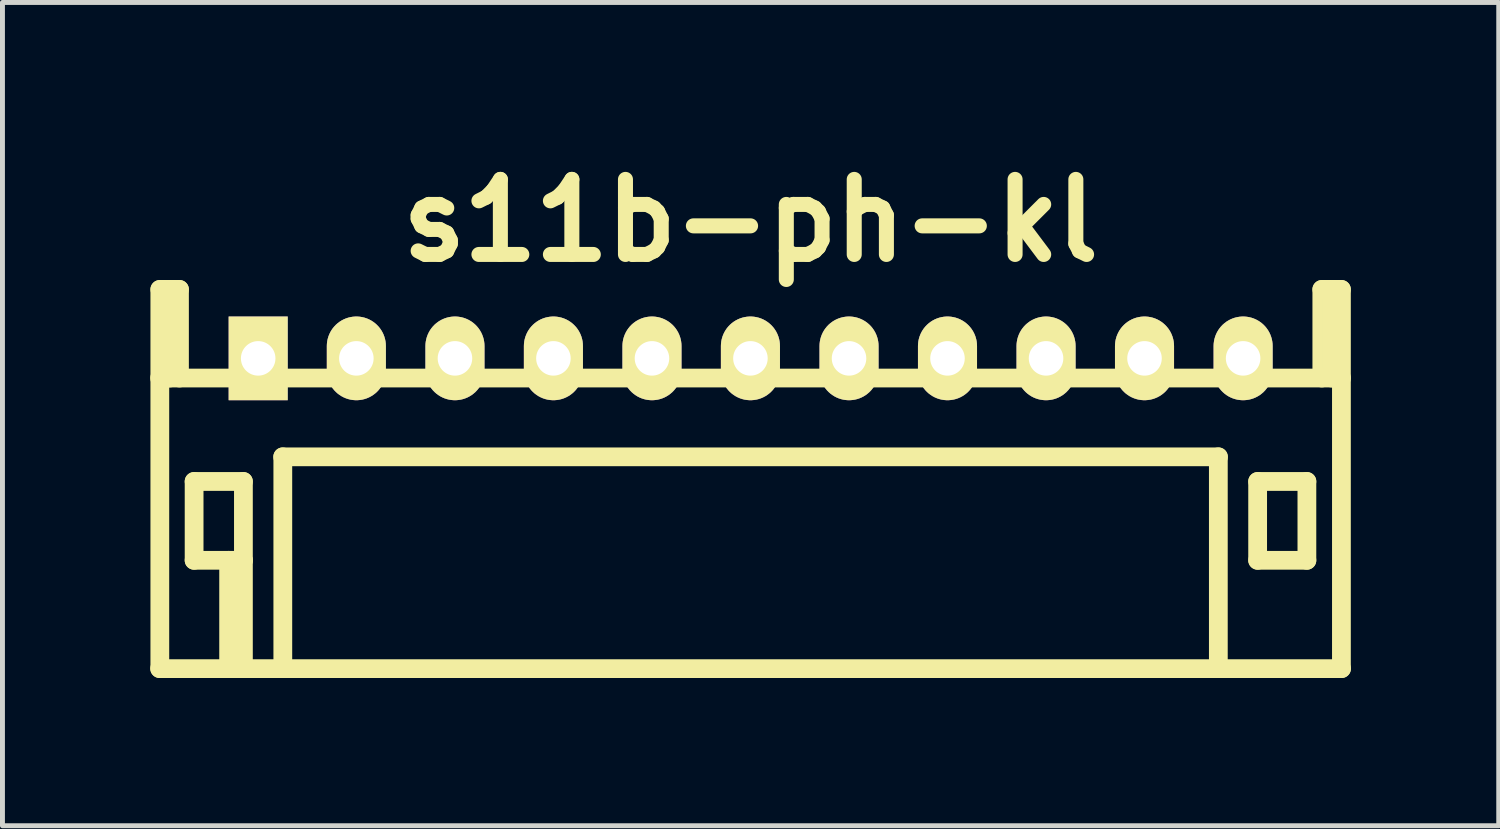
<source format=kicad_pcb>
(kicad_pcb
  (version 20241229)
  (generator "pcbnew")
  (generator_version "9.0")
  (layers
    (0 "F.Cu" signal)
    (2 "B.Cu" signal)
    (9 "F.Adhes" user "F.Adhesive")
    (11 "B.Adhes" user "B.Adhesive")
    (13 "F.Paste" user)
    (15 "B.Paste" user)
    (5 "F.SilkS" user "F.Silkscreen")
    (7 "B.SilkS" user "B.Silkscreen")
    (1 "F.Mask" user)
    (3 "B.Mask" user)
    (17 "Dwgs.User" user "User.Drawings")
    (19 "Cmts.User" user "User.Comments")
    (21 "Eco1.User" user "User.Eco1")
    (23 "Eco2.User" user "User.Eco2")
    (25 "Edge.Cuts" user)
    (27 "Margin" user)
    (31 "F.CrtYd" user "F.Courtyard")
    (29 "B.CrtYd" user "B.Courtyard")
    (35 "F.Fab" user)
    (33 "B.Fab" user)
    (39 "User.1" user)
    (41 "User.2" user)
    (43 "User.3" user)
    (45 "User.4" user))
  (footprint "s11b-ph-kl"
    (layer "F.Cu")
    (at 12.189 4.226)
    (property "Reference" "s11b-ph-kl" (at 0 -2.799 0) (layer "F.SilkS") (effects (font (size 1.524 1.524) (thickness 0.305))))
    (attr through_hole)
    (fp_line (start -11.999 6.299) (end 11.999 6.299) (stroke (width 0.381) (type solid)) (layer "F.SilkS"))
    (fp_line (start -11.994 -1.4) (end -11.994 6.299) (stroke (width 0.381) (type solid)) (layer "F.SilkS"))
    (fp_line (start -11.793 -1.4) (end -11.793 0.399) (stroke (width 0.381) (type solid)) (layer "F.SilkS"))
    (fp_line (start -11.595 -1.4) (end -11.994 -1.4) (stroke (width 0.381) (type solid)) (layer "F.SilkS"))
    (fp_line (start -11.595 0.399) (end -11.595 -1.4) (stroke (width 0.381) (type solid)) (layer "F.SilkS"))
    (fp_line (start -11.298 2.499) (end -10.297 2.499) (stroke (width 0.381) (type solid)) (layer "F.SilkS"))
    (fp_line (start -11.298 4.1) (end -11.298 2.499) (stroke (width 0.381) (type solid)) (layer "F.SilkS"))
    (fp_line (start -10.597 6.299) (end -10.597 4.1) (stroke (width 0.381) (type solid)) (layer "F.SilkS"))
    (fp_line (start -10.297 2.499) (end -10.297 4.1) (stroke (width 0.381) (type solid)) (layer "F.SilkS"))
    (fp_line (start -10.297 4.1) (end -11.298 4.1) (stroke (width 0.381) (type solid)) (layer "F.SilkS"))
    (fp_line (start -10.297 4.1) (end -10.297 6.299) (stroke (width 0.381) (type solid)) (layer "F.SilkS"))
    (fp_line (start -10.297 6.299) (end -10.597 6.299) (stroke (width 0.381) (type solid)) (layer "F.SilkS"))
    (fp_line (start -9.5 1.999) (end 9.5 1.999) (stroke (width 0.381) (type solid)) (layer "F.SilkS"))
    (fp_line (start -9.497 1.999) (end -9.497 6.299) (stroke (width 0.381) (type solid)) (layer "F.SilkS"))
    (fp_line (start 9.497 1.999) (end 9.497 6.299) (stroke (width 0.381) (type solid)) (layer "F.SilkS"))
    (fp_line (start 10.295 2.499) (end 11.295 2.499) (stroke (width 0.381) (type solid)) (layer "F.SilkS"))
    (fp_line (start 10.295 4.1) (end 10.295 2.499) (stroke (width 0.381) (type solid)) (layer "F.SilkS"))
    (fp_line (start 11.295 2.499) (end 11.295 4.1) (stroke (width 0.381) (type solid)) (layer "F.SilkS"))
    (fp_line (start 11.295 4.1) (end 10.295 4.1) (stroke (width 0.381) (type solid)) (layer "F.SilkS"))
    (fp_line (start 11.598 -1.4) (end 11.598 0.399) (stroke (width 0.381) (type solid)) (layer "F.SilkS"))
    (fp_line (start 11.796 -1.4) (end 11.796 0.399) (stroke (width 0.381) (type solid)) (layer "F.SilkS"))
    (fp_line (start 11.996 -1.4) (end 11.598 -1.4) (stroke (width 0.381) (type solid)) (layer "F.SilkS"))
    (fp_line (start 11.996 6.299) (end 11.996 -1.4) (stroke (width 0.381) (type solid)) (layer "F.SilkS"))
    (fp_line (start 11.999 0.399) (end -11.999 0.399) (stroke (width 0.381) (type solid)) (layer "F.SilkS"))
    (pad "1" thru_hole rect (at -9.997 0) (size 1.199 1.699) (drill 0.701) (layers "*.Cu" "*.Mask" "F.SilkS"))
    (pad "2" thru_hole oval (at -8.004 0) (size 1.199 1.699) (drill 0.701) (layers "*.Cu" "*.Mask" "F.SilkS"))
    (pad "3" thru_hole oval (at -6.002 0) (size 1.199 1.699) (drill 0.701) (layers "*.Cu" "*.Mask" "F.SilkS"))
    (pad "4" thru_hole oval (at -4.003 0) (size 1.199 1.699) (drill 0.701) (layers "*.Cu" "*.Mask" "F.SilkS"))
    (pad "5" thru_hole oval (at -2.002 0) (size 1.199 1.699) (drill 0.701) (layers "*.Cu" "*.Mask" "F.SilkS"))
    (pad "6" thru_hole oval (at -0.003 0) (size 1.199 1.699) (drill 0.701) (layers "*.Cu" "*.Mask" "F.SilkS"))
    (pad "7" thru_hole oval (at 1.999 0) (size 1.199 1.699) (drill 0.701) (layers "*.Cu" "*.Mask" "F.SilkS"))
    (pad "8" thru_hole oval (at 3.998 0) (size 1.199 1.699) (drill 0.701) (layers "*.Cu" "*.Mask" "F.SilkS"))
    (pad "9" thru_hole oval (at 5.999 0) (size 1.199 1.699) (drill 0.701) (layers "*.Cu" "*.Mask" "F.SilkS"))
    (pad "10" thru_hole oval (at 7.998 0) (size 1.199 1.699) (drill 0.701) (layers "*.Cu" "*.Mask" "F.SilkS"))
    (pad "11" thru_hole oval (at 10 0) (size 1.199 1.699) (drill 0.701) (layers "*.Cu" "*.Mask" "F.SilkS")))
  (gr_rect
    (start -3 -3)
    (end 27.379 13.715)
    (stroke (width 0.1) (type default))
    (fill no)
    (layer "Edge.Cuts")))
</source>
